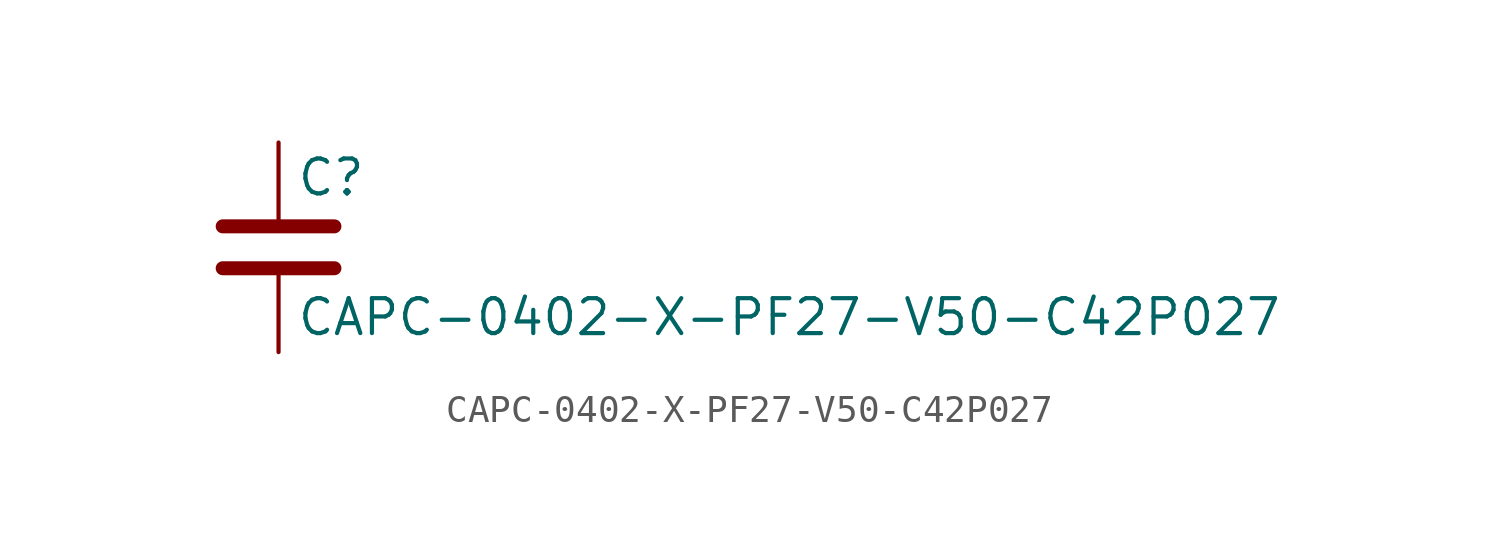
<source format=kicad_sym>
(kicad_symbol_lib
  (version 20211014)
  (generator kicad_symbol_editor)
  (symbol "CAPC-0402-X-PF27-V50-C42P027"
    (pin_numbers hide)
    (pin_names
      (offset 0.254))
    (property "Reference" "C"
      (at 0.635 2.54 0)
      (effects (font (size 1.27 1.27)) (justify left)))
    (property "Value" "CAPC-0402-X-PF27-V50-C42P027"
      (at 0.635 -2.54 0)
      (effects (font (size 1.27 1.27)) (justify left)))
    (symbol "CAPC-0402-X-PF27-V50-C42P027_0_1"
      (polyline (pts (xy -2.032 -0.762) (xy 2.032 -0.762)) (stroke (width 0.508) (type default) (color 0 0 0 0)) (fill (type none)))
      (polyline (pts (xy -2.032 0.762) (xy 2.032 0.762)) (stroke (width 0.508) (type default) (color 0 0 0 0)) (fill (type none))))
    (symbol "CAPC-0402-X-PF27-V50-C42P027_1_1"
      (pin passive line (at 0 3.81 270) (length 2.794) (name "~" (effects (font (size 1.27 1.27)))) (number "1" (effects (font (size 1.27 1.27)))))
      (pin passive line (at 0 -3.81 90) (length 2.794) (name "~" (effects (font (size 1.27 1.27)))) (number "2" (effects (font (size 1.27 1.27))))))))
</source>
